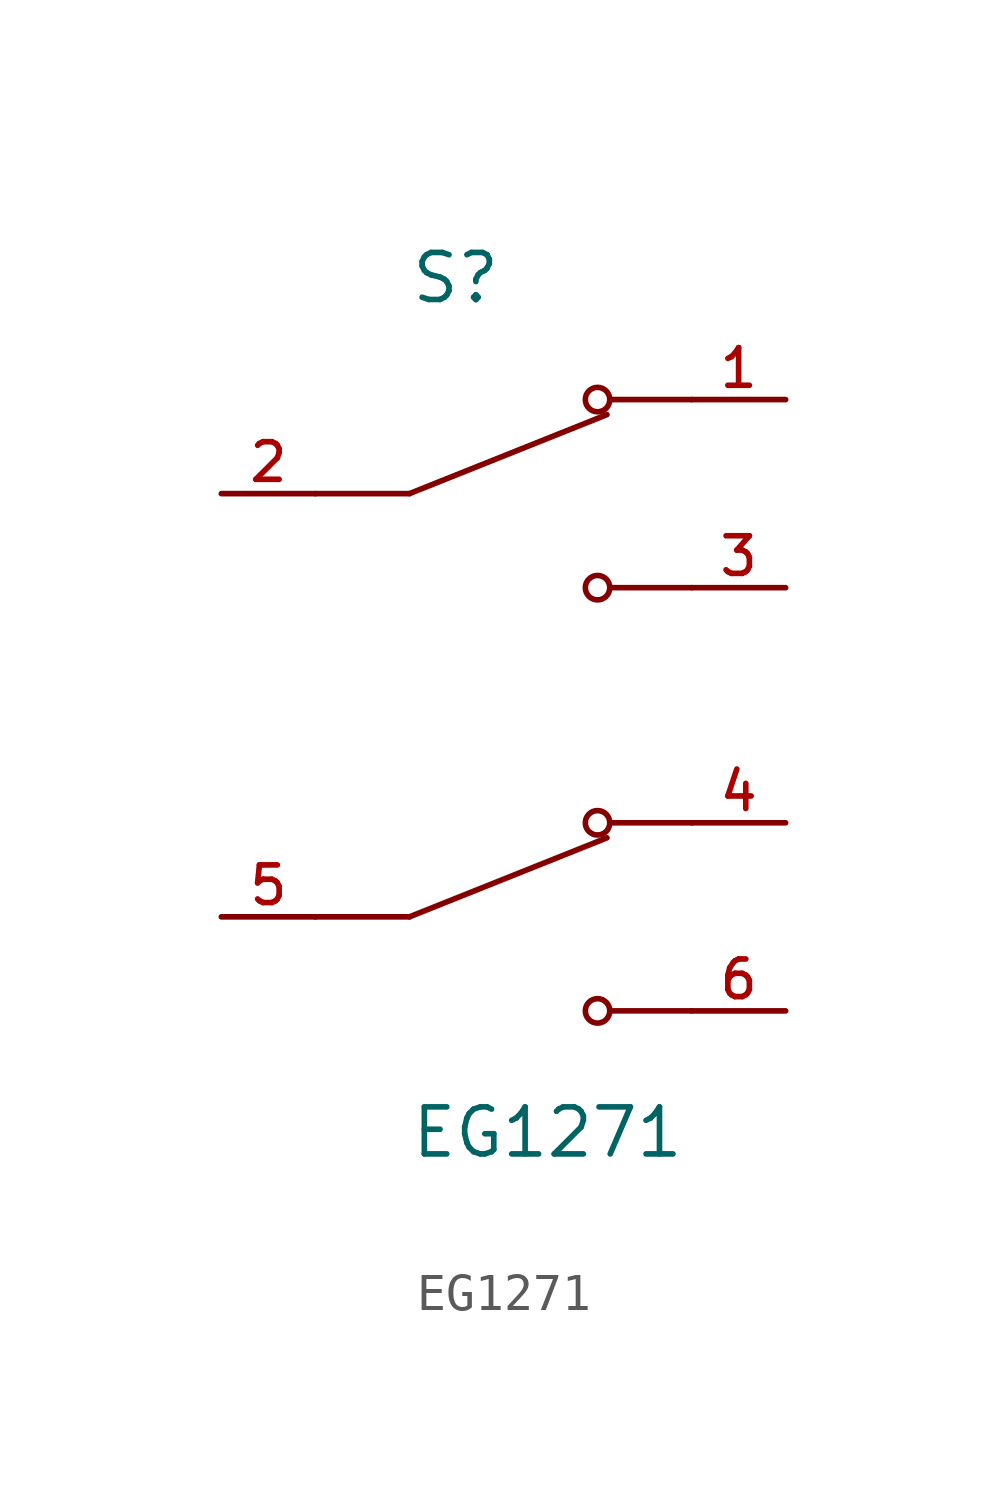
<source format=kicad_sym>
(kicad_symbol_lib
  (version 20211014)
  (generator kicad_symbol_editor)
  (symbol "EG1271"
    (pin_names
      (offset 1.016))
    (property "Reference" "S"
      (at -2.54 10.16 0)
      (effects (font (size 1.27 1.27)) (justify left bottom)))
    (property "Value" "EG1271"
      (at -2.54 -11.43 0)
      (effects (font (size 1.27 1.27)) (justify left top)))
    (symbol "EG1271_0_0"
      (polyline (pts (xy -2.54 -6.35) (xy -5.08 -6.35)) (stroke (width 0.152) (type default) (color 0 0 0 0)) (fill (type none)))
      (polyline (pts (xy -2.54 -6.35) (xy 2.794 -4.216)) (stroke (width 0.152) (type default) (color 0 0 0 0)) (fill (type none)))
      (polyline (pts (xy -2.54 5.08) (xy -5.08 5.08)) (stroke (width 0.152) (type default) (color 0 0 0 0)) (fill (type none)))
      (polyline (pts (xy -2.54 5.08) (xy 2.794 7.214)) (stroke (width 0.152) (type default) (color 0 0 0 0)) (fill (type none)))
      (polyline (pts (xy 5.08 -8.89) (xy 2.921 -8.89)) (stroke (width 0.152) (type default) (color 0 0 0 0)) (fill (type none)))
      (polyline (pts (xy 5.08 -3.81) (xy 2.921 -3.81)) (stroke (width 0.152) (type default) (color 0 0 0 0)) (fill (type none)))
      (polyline (pts (xy 5.08 2.54) (xy 2.921 2.54)) (stroke (width 0.152) (type default) (color 0 0 0 0)) (fill (type none)))
      (polyline (pts (xy 5.08 7.62) (xy 2.921 7.62)) (stroke (width 0.152) (type default) (color 0 0 0 0)) (fill (type none)))
      (circle (center 2.54 -8.89) (radius 0.33) (stroke (width 0.152) (type default) (color 0 0 0 0)) (fill (type none)))
      (circle (center 2.54 -3.81) (radius 0.33) (stroke (width 0.152) (type default) (color 0 0 0 0)) (fill (type none)))
      (circle (center 2.54 2.54) (radius 0.33) (stroke (width 0.152) (type default) (color 0 0 0 0)) (fill (type none)))
      (circle (center 2.54 7.62) (radius 0.33) (stroke (width 0.152) (type default) (color 0 0 0 0)) (fill (type none)))
      (pin passive line (at 7.62 7.62 180) (length 2.54) (name "~" (effects (font (size 1.016 1.016)))) (number "1" (effects (font (size 1.016 1.016)))))
      (pin passive line (at -7.62 5.08 0) (length 2.54) (name "~" (effects (font (size 1.016 1.016)))) (number "2" (effects (font (size 1.016 1.016)))))
      (pin passive line (at 7.62 2.54 180) (length 2.54) (name "~" (effects (font (size 1.016 1.016)))) (number "3" (effects (font (size 1.016 1.016)))))
      (pin passive line (at 7.62 -3.81 180) (length 2.54) (name "~" (effects (font (size 1.016 1.016)))) (number "4" (effects (font (size 1.016 1.016)))))
      (pin passive line (at -7.62 -6.35 0) (length 2.54) (name "~" (effects (font (size 1.016 1.016)))) (number "5" (effects (font (size 1.016 1.016)))))
      (pin passive line (at 7.62 -8.89 180) (length 2.54) (name "~" (effects (font (size 1.016 1.016)))) (number "6" (effects (font (size 1.016 1.016))))))))
</source>
